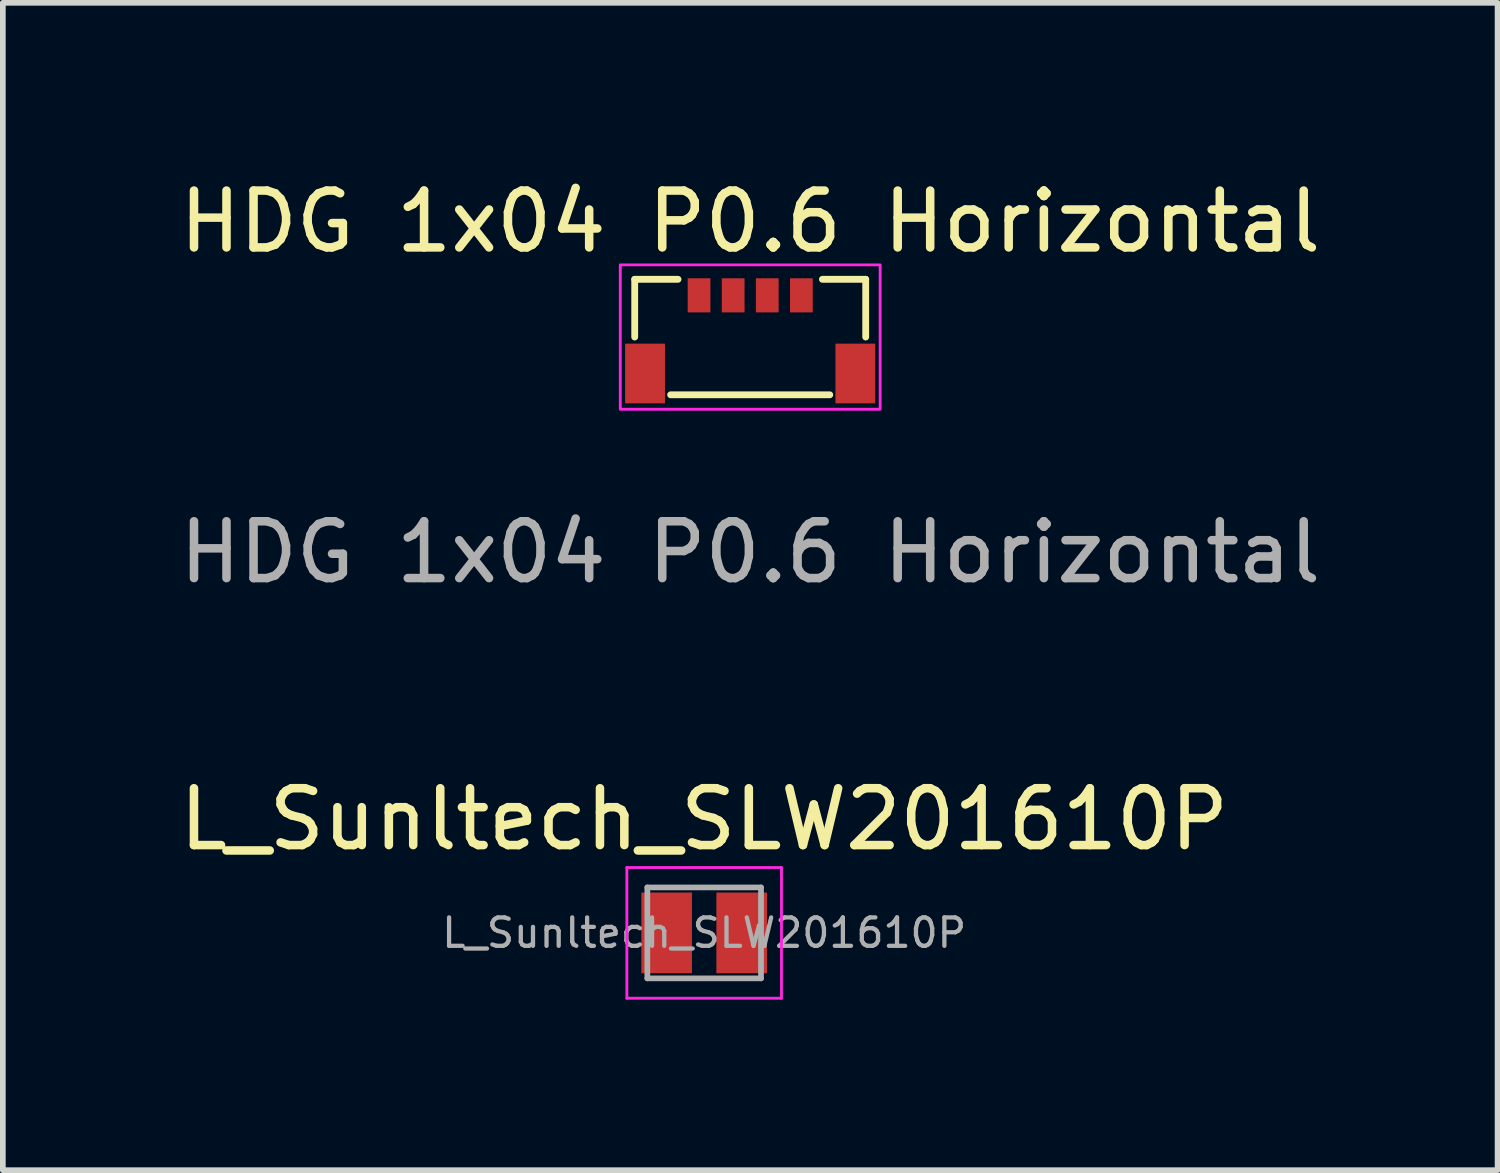
<source format=kicad_pcb>
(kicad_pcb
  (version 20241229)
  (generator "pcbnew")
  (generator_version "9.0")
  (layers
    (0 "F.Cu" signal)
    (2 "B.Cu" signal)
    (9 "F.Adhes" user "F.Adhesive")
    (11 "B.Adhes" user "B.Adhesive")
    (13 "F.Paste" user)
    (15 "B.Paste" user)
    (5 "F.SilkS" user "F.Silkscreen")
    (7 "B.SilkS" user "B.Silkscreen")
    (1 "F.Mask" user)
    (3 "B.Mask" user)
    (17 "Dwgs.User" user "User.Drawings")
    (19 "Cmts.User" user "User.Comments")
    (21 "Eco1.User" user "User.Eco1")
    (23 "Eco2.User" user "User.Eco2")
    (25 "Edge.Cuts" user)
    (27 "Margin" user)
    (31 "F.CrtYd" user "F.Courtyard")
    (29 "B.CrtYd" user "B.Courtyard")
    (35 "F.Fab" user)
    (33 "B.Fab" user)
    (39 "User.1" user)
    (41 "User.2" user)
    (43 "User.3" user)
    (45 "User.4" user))
  (footprint "L_Sunltech_SLW201610P"
    (layer "F.Cu")
    (at 9.339 13.363)
    (property "Reference" "L_Sunltech_SLW201610P" (at 0 -2 0) (layer "F.SilkS") (effects (font (size 1 1) (thickness 0.15))))
    (attr smd)
    (fp_line (start -1.36 -1.15) (end 1.36 -1.15) (stroke (width 0.05) (type solid)) (layer "F.CrtYd"))
    (fp_line (start -1.36 1.15) (end -1.36 -1.15) (stroke (width 0.05) (type solid)) (layer "F.CrtYd"))
    (fp_line (start 1.36 -1.15) (end 1.36 1.15) (stroke (width 0.05) (type solid)) (layer "F.CrtYd"))
    (fp_line (start 1.36 1.15) (end -1.36 1.15) (stroke (width 0.05) (type solid)) (layer "F.CrtYd"))
    (fp_line (start -1 -0.8) (end 1 -0.8) (stroke (width 0.1) (type solid)) (layer "F.Fab"))
    (fp_line (start -1 0.8) (end -1 -0.8) (stroke (width 0.1) (type solid)) (layer "F.Fab"))
    (fp_line (start 1 -0.8) (end 1 0.8) (stroke (width 0.1) (type solid)) (layer "F.Fab"))
    (fp_line (start 1 0.8) (end -1 0.8) (stroke (width 0.1) (type solid)) (layer "F.Fab"))
    (fp_text user "${REFERENCE}" (at 0 0 0) (layer "F.Fab") (effects (font (size 0.5 0.5) (thickness 0.075))))
    (pad "1" smd rect (at -0.66 0) (size 0.89 1.42) (layers "F.Cu" "F.Mask" "F.Paste"))
    (pad "2" smd rect (at 0.66 0) (size 0.89 1.42) (layers "F.Cu" "F.Mask" "F.Paste")))
  (footprint "HDG 1x04 P0.6 Horizontal"
    (layer "F.Cu")
    (at 10.149 3.896)
    (property "Reference" "HDG 1x04 P0.6 Horizontal" (at 0 -3.048 0) (unlocked yes) (layer "F.SilkS") (effects (font (size 1 1) (thickness 0.15))))
    (attr smd)
    (fp_line (start -2.032 -2.032) (end -2.032 -1.016) (stroke (width 0.12) (type default)) (layer "F.SilkS"))
    (fp_line (start -1.4 0) (end 1.4 0) (stroke (width 0.12) (type default)) (layer "F.SilkS"))
    (fp_line (start -1.27 -2.032) (end -2.032 -2.032) (stroke (width 0.12) (type default)) (layer "F.SilkS"))
    (fp_line (start 2.032 -2.032) (end 1.27 -2.032) (stroke (width 0.12) (type default)) (layer "F.SilkS"))
    (fp_line (start 2.032 -1.016) (end 2.032 -2.032) (stroke (width 0.12) (type default)) (layer "F.SilkS"))
    (fp_rect (start -2.286 -2.286) (end 2.286 0.254) (stroke (width 0.05) (type default)) (fill no) (layer "F.CrtYd"))
    (fp_text user "${REFERENCE}" (at 0 2.77 0) (unlocked yes) (layer "F.Fab") (effects (font (size 1 1) (thickness 0.15))))
    (pad "" smd rect (at -1.85 -0.375 90) (size 1.05 0.7) (layers "F.Cu" "F.Mask" "F.Paste"))
    (pad "" smd rect (at 1.85 -0.375 90) (size 1.05 0.7) (layers "F.Cu" "F.Mask" "F.Paste"))
    (pad "1" smd rect (at -0.9 -1.75 90) (size 0.6 0.4) (layers "F.Cu" "F.Mask" "F.Paste"))
    (pad "2" smd rect (at -0.3 -1.75 90) (size 0.6 0.4) (layers "F.Cu" "F.Mask" "F.Paste"))
    (pad "3" smd rect (at 0.3 -1.75 90) (size 0.6 0.4) (layers "F.Cu" "F.Mask" "F.Paste"))
    (pad "4" smd rect (at 0.9 -1.75 90) (size 0.6 0.4) (layers "F.Cu" "F.Mask" "F.Paste")))
  (gr_rect
    (start -3 -3)
    (end 23.298 17.538)
    (stroke (width 0.1) (type default))
    (fill no)
    (layer "Edge.Cuts")))
</source>
